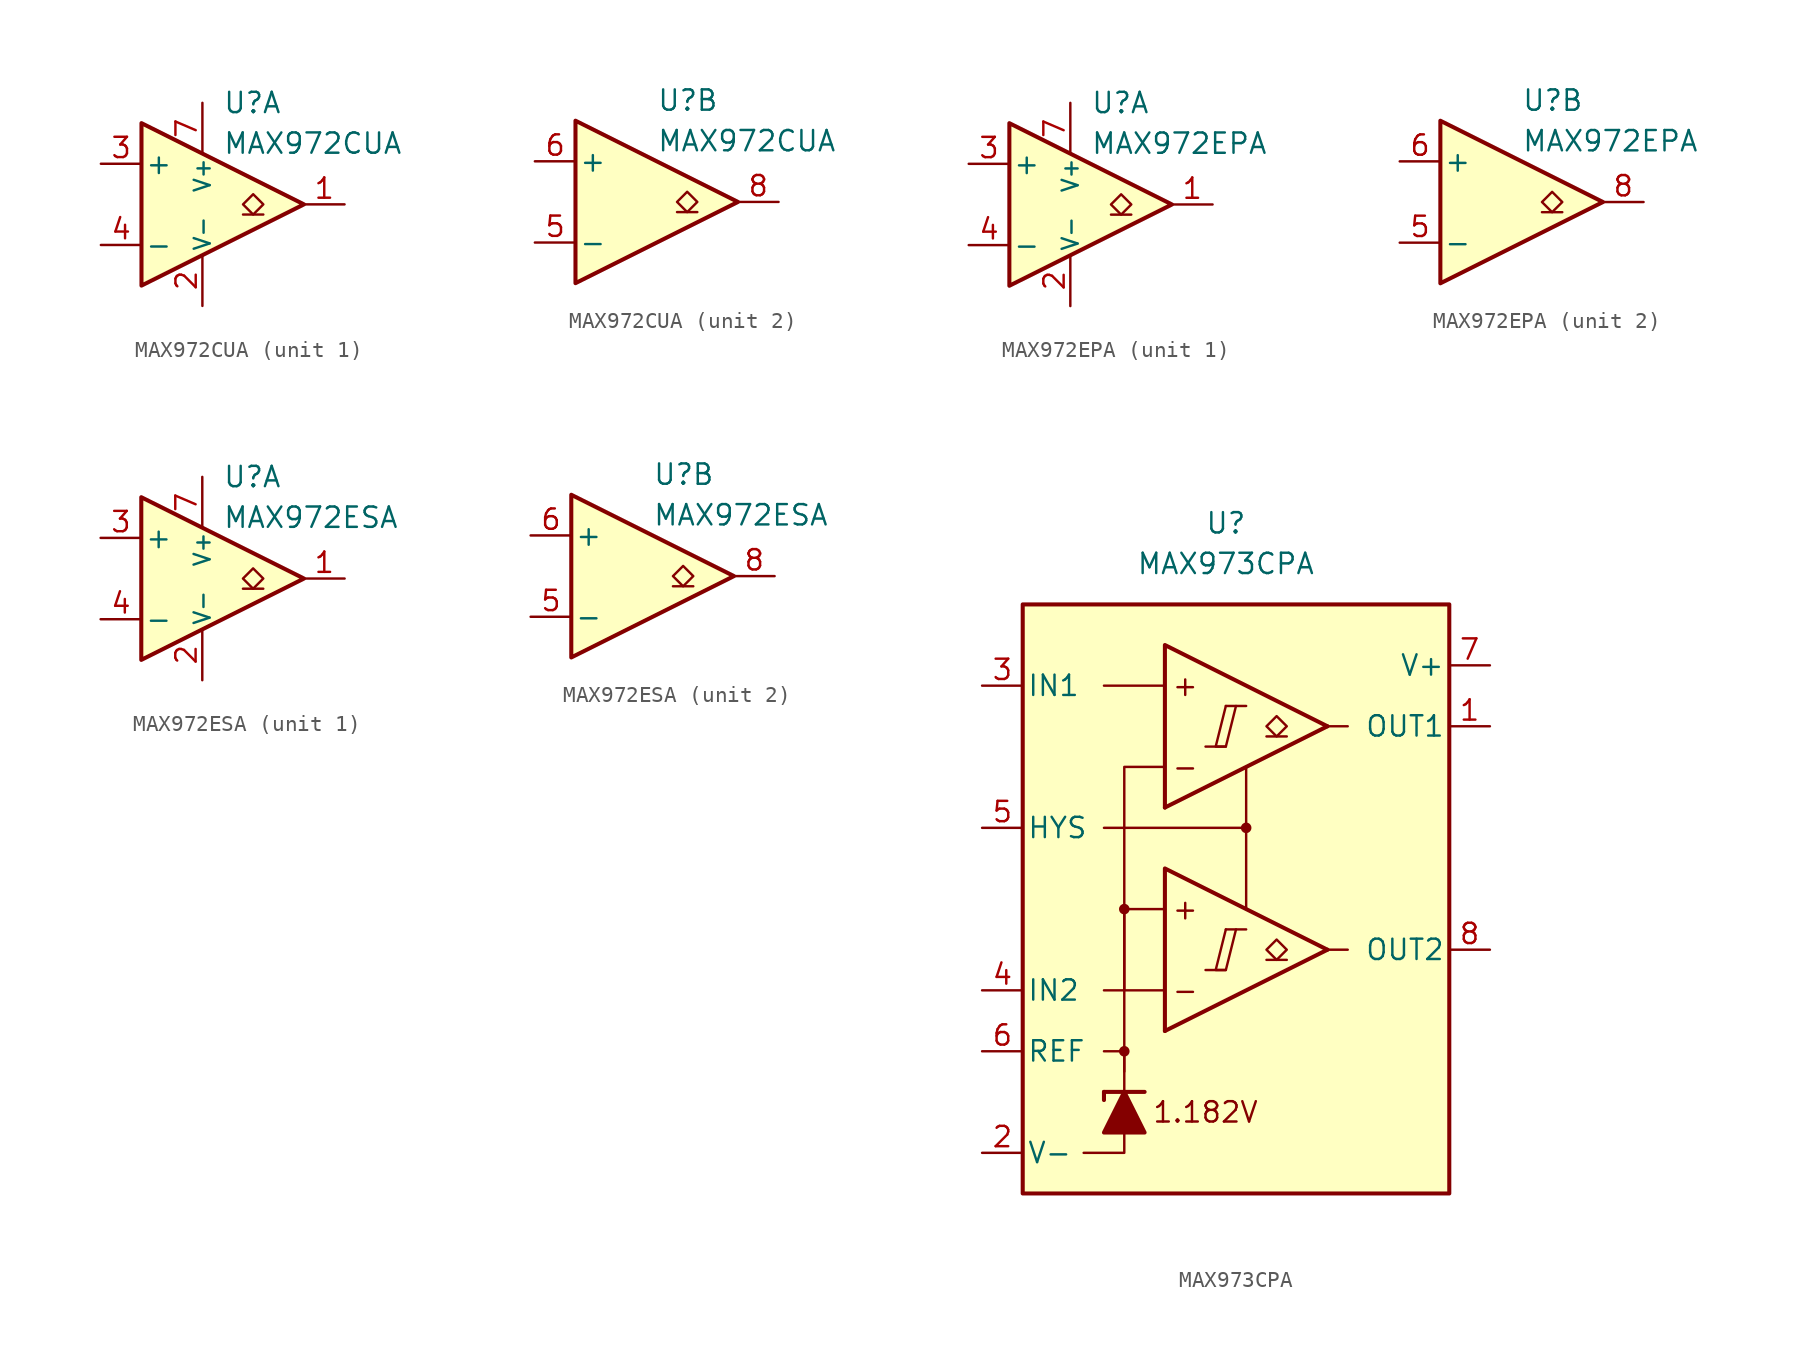
<source format=kicad_sym>
(kicad_symbol_lib
  (version 20211014)
  (generator kicad_symbol_editor)
  (symbol "MAX972CUA"
    (pin_names
      (offset 0.2))
    (property "Reference" "U"
      (at 1.27 6.35 0)
      (effects (font (size 1.27 1.27)) (justify left)))
    (property "Value" "MAX972CUA"
      (at 1.27 3.81 0)
      (effects (font (size 1.27 1.27)) (justify left)))
    (property "ki_locked" ""
      (at 0 0 0)
      (effects (font (size 1.27 1.27))))
    (symbol "MAX972CUA_0_1"
      (polyline (pts (xy -3.81 5.08) (xy -3.81 -5.08) (xy 6.35 0) (xy -3.81 5.08)) (stroke (width 0.254) (type default) (color 0 0 0 0)) (fill (type background))))
    (symbol "MAX972CUA_1_1"
      (polyline (pts (xy 3.81 -0.635) (xy 2.54 -0.635)) (stroke (width 0.152) (type default) (color 0 0 0 0)) (fill (type none)))
      (polyline (pts (xy 3.175 -0.635) (xy 2.54 0) (xy 3.175 0.635) (xy 3.81 0) (xy 3.175 -0.635)) (stroke (width 0.152) (type default) (color 0 0 0 0)) (fill (type none)))
      (pin output line (at 8.89 0 180) (length 2.54) (name "~" (effects (font (size 1.27 1.27)))) (number "1" (effects (font (size 1.27 1.27)))))
      (pin power_in line (at 0 -6.35 90) (length 3.18) (name "V-" (effects (font (size 1 1)))) (number "2" (effects (font (size 1.27 1.27)))))
      (pin input line (at -6.35 2.54 0) (length 2.54) (name "+" (effects (font (size 1.27 1.27)))) (number "3" (effects (font (size 1.27 1.27)))))
      (pin input line (at -6.35 -2.54 0) (length 2.54) (name "-" (effects (font (size 1.27 1.27)))) (number "4" (effects (font (size 1.27 1.27)))))
      (pin power_in line (at 0 6.35 270) (length 3.18) (name "V+" (effects (font (size 1 1)))) (number "7" (effects (font (size 1.27 1.27))))))
    (symbol "MAX972CUA_2_1"
      (polyline (pts (xy 3.81 -0.635) (xy 2.54 -0.635)) (stroke (width 0.152) (type default) (color 0 0 0 0)) (fill (type none)))
      (polyline (pts (xy 3.175 -0.635) (xy 2.54 0) (xy 3.175 0.635) (xy 3.81 0) (xy 3.175 -0.635)) (stroke (width 0.152) (type default) (color 0 0 0 0)) (fill (type none)))
      (pin input line (at -6.35 -2.54 0) (length 2.54) (name "-" (effects (font (size 1.27 1.27)))) (number "5" (effects (font (size 1.27 1.27)))))
      (pin input line (at -6.35 2.54 0) (length 2.54) (name "+" (effects (font (size 1.27 1.27)))) (number "6" (effects (font (size 1.27 1.27)))))
      (pin output line (at 8.89 0 180) (length 2.54) (name "~" (effects (font (size 1.27 1.27)))) (number "8" (effects (font (size 1.27 1.27)))))))
  (symbol "MAX972EPA"
    (pin_names
      (offset 0.2))
    (property "Reference" "U"
      (at 1.27 6.35 0)
      (effects (font (size 1.27 1.27)) (justify left)))
    (property "Value" "MAX972EPA"
      (at 1.27 3.81 0)
      (effects (font (size 1.27 1.27)) (justify left)))
    (property "ki_locked" ""
      (at 0 0 0)
      (effects (font (size 1.27 1.27))))
    (symbol "MAX972EPA_0_1"
      (polyline (pts (xy -3.81 5.08) (xy -3.81 -5.08) (xy 6.35 0) (xy -3.81 5.08)) (stroke (width 0.254) (type default) (color 0 0 0 0)) (fill (type background))))
    (symbol "MAX972EPA_1_1"
      (polyline (pts (xy 3.81 -0.635) (xy 2.54 -0.635)) (stroke (width 0.152) (type default) (color 0 0 0 0)) (fill (type none)))
      (polyline (pts (xy 3.175 -0.635) (xy 2.54 0) (xy 3.175 0.635) (xy 3.81 0) (xy 3.175 -0.635)) (stroke (width 0.152) (type default) (color 0 0 0 0)) (fill (type none)))
      (pin output line (at 8.89 0 180) (length 2.54) (name "~" (effects (font (size 1.27 1.27)))) (number "1" (effects (font (size 1.27 1.27)))))
      (pin power_in line (at 0 -6.35 90) (length 3.18) (name "V-" (effects (font (size 1 1)))) (number "2" (effects (font (size 1.27 1.27)))))
      (pin input line (at -6.35 2.54 0) (length 2.54) (name "+" (effects (font (size 1.27 1.27)))) (number "3" (effects (font (size 1.27 1.27)))))
      (pin input line (at -6.35 -2.54 0) (length 2.54) (name "-" (effects (font (size 1.27 1.27)))) (number "4" (effects (font (size 1.27 1.27)))))
      (pin power_in line (at 0 6.35 270) (length 3.18) (name "V+" (effects (font (size 1 1)))) (number "7" (effects (font (size 1.27 1.27))))))
    (symbol "MAX972EPA_2_1"
      (polyline (pts (xy 3.81 -0.635) (xy 2.54 -0.635)) (stroke (width 0.152) (type default) (color 0 0 0 0)) (fill (type none)))
      (polyline (pts (xy 3.175 -0.635) (xy 2.54 0) (xy 3.175 0.635) (xy 3.81 0) (xy 3.175 -0.635)) (stroke (width 0.152) (type default) (color 0 0 0 0)) (fill (type none)))
      (pin input line (at -6.35 -2.54 0) (length 2.54) (name "-" (effects (font (size 1.27 1.27)))) (number "5" (effects (font (size 1.27 1.27)))))
      (pin input line (at -6.35 2.54 0) (length 2.54) (name "+" (effects (font (size 1.27 1.27)))) (number "6" (effects (font (size 1.27 1.27)))))
      (pin output line (at 8.89 0 180) (length 2.54) (name "~" (effects (font (size 1.27 1.27)))) (number "8" (effects (font (size 1.27 1.27)))))))
  (symbol "MAX972ESA"
    (pin_names
      (offset 0.2))
    (property "Reference" "U"
      (at 1.27 6.35 0)
      (effects (font (size 1.27 1.27)) (justify left)))
    (property "Value" "MAX972ESA"
      (at 1.27 3.81 0)
      (effects (font (size 1.27 1.27)) (justify left)))
    (property "ki_locked" ""
      (at 0 0 0)
      (effects (font (size 1.27 1.27))))
    (symbol "MAX972ESA_0_1"
      (polyline (pts (xy -3.81 5.08) (xy -3.81 -5.08) (xy 6.35 0) (xy -3.81 5.08)) (stroke (width 0.254) (type default) (color 0 0 0 0)) (fill (type background))))
    (symbol "MAX972ESA_1_1"
      (polyline (pts (xy 3.81 -0.635) (xy 2.54 -0.635)) (stroke (width 0.152) (type default) (color 0 0 0 0)) (fill (type none)))
      (polyline (pts (xy 3.175 -0.635) (xy 2.54 0) (xy 3.175 0.635) (xy 3.81 0) (xy 3.175 -0.635)) (stroke (width 0.152) (type default) (color 0 0 0 0)) (fill (type none)))
      (pin output line (at 8.89 0 180) (length 2.54) (name "~" (effects (font (size 1.27 1.27)))) (number "1" (effects (font (size 1.27 1.27)))))
      (pin power_in line (at 0 -6.35 90) (length 3.18) (name "V-" (effects (font (size 1 1)))) (number "2" (effects (font (size 1.27 1.27)))))
      (pin input line (at -6.35 2.54 0) (length 2.54) (name "+" (effects (font (size 1.27 1.27)))) (number "3" (effects (font (size 1.27 1.27)))))
      (pin input line (at -6.35 -2.54 0) (length 2.54) (name "-" (effects (font (size 1.27 1.27)))) (number "4" (effects (font (size 1.27 1.27)))))
      (pin power_in line (at 0 6.35 270) (length 3.18) (name "V+" (effects (font (size 1 1)))) (number "7" (effects (font (size 1.27 1.27))))))
    (symbol "MAX972ESA_2_1"
      (polyline (pts (xy 3.81 -0.635) (xy 2.54 -0.635)) (stroke (width 0.152) (type default) (color 0 0 0 0)) (fill (type none)))
      (polyline (pts (xy 3.175 -0.635) (xy 2.54 0) (xy 3.175 0.635) (xy 3.81 0) (xy 3.175 -0.635)) (stroke (width 0.152) (type default) (color 0 0 0 0)) (fill (type none)))
      (pin input line (at -6.35 -2.54 0) (length 2.54) (name "-" (effects (font (size 1.27 1.27)))) (number "5" (effects (font (size 1.27 1.27)))))
      (pin input line (at -6.35 2.54 0) (length 2.54) (name "+" (effects (font (size 1.27 1.27)))) (number "6" (effects (font (size 1.27 1.27)))))
      (pin output line (at 8.89 0 180) (length 2.54) (name "~" (effects (font (size 1.27 1.27)))) (number "8" (effects (font (size 1.27 1.27)))))))
  (symbol "MAX973CPA"
    (pin_names
      (offset 0.254))
    (property "Reference" "U"
      (at -1.27 22.86 0)
      (effects (font (size 1.27 1.27))))
    (property "Value" "MAX973CPA"
      (at -1.27 20.32 0)
      (effects (font (size 1.27 1.27))))
    (symbol "MAX973CPA_0_0"
      (rectangle (start -13.97 17.78) (end 12.7 -19.05) (stroke (width 0.254) (type default) (color 0 0 0 0)) (fill (type background)))
      (circle (center -7.62 -10.16) (radius 0.254) (stroke (width 0.152) (type default) (color 0 0 0 0)) (fill (type outline)))
      (circle (center -7.62 -1.27) (radius 0.254) (stroke (width 0.152) (type default) (color 0 0 0 0)) (fill (type outline)))
      (polyline (pts (xy -2.54 -5.08) (xy -1.27 -5.08)) (stroke (width 0.152) (type default) (color 0 0 0 0)) (fill (type none)))
      (polyline (pts (xy -2.54 8.89) (xy -1.27 8.89)) (stroke (width 0.152) (type default) (color 0 0 0 0)) (fill (type none)))
      (polyline (pts (xy -1.27 -2.54) (xy 0 -2.54)) (stroke (width 0.152) (type default) (color 0 0 0 0)) (fill (type none)))
      (polyline (pts (xy -1.27 11.43) (xy 0 11.43)) (stroke (width 0.152) (type default) (color 0 0 0 0)) (fill (type none)))
      (polyline (pts (xy 5.08 -3.81) (xy -5.08 -8.89)) (stroke (width 0.254) (type default) (color 0 0 0 0)) (fill (type none)))
      (polyline (pts (xy 5.08 10.16) (xy -5.08 5.08)) (stroke (width 0.254) (type default) (color 0 0 0 0)) (fill (type none)))
      (polyline (pts (xy 5.08 -3.81) (xy -5.08 1.27) (xy -5.08 -8.89)) (stroke (width 0.254) (type default) (color 0 0 0 0)) (fill (type background)))
      (polyline (pts (xy 5.08 10.16) (xy -5.08 15.24) (xy -5.08 5.08)) (stroke (width 0.254) (type default) (color 0 0 0 0)) (fill (type background)))
      (polyline (pts (xy -1.27 -2.54) (xy -1.905 -5.08) (xy -1.27 -5.08) (xy -0.635 -2.54)) (stroke (width 0.152) (type default) (color 0 0 0 0)) (fill (type none)))
      (polyline (pts (xy -1.27 11.43) (xy -1.905 8.89) (xy -1.27 8.89) (xy -0.635 11.43)) (stroke (width 0.152) (type default) (color 0 0 0 0)) (fill (type none)))
      (circle (center 0 3.81) (radius 0.254) (stroke (width 0.152) (type default) (color 0 0 0 0)) (fill (type outline)))
      (text "+" (at -3.81 -1.27 0) (effects (font (size 1.27 1.27))))
      (text "+" (at -3.81 12.7 0) (effects (font (size 1.27 1.27))))
      (text "-" (at -3.81 -6.35 0) (effects (font (size 1.27 1.27))))
      (text "-" (at -3.81 7.62 0) (effects (font (size 1.27 1.27))))
      (text "1.182V" (at -2.54 -13.97 0) (effects (font (size 1.27 1.27)))))
    (symbol "MAX973CPA_0_1"
      (polyline (pts (xy -8.89 -12.7) (xy -8.89 -13.208)) (stroke (width 0.254) (type default) (color 0 0 0 0)) (fill (type none)))
      (polyline (pts (xy -8.89 -12.7) (xy -6.35 -12.7)) (stroke (width 0.254) (type default) (color 0 0 0 0)) (fill (type none)))
      (polyline (pts (xy -5.08 -6.35) (xy -8.89 -6.35)) (stroke (width 0) (type default) (color 0 0 0 0)) (fill (type none)))
      (polyline (pts (xy -5.08 12.7) (xy -8.89 12.7)) (stroke (width 0) (type default) (color 0 0 0 0)) (fill (type none)))
      (polyline (pts (xy 0 3.81) (xy 0 -1.27)) (stroke (width 0) (type default) (color 0 0 0 0)) (fill (type none)))
      (polyline (pts (xy 5.08 -3.81) (xy 6.35 -3.81)) (stroke (width 0) (type default) (color 0 0 0 0)) (fill (type none)))
      (polyline (pts (xy 5.08 10.16) (xy 6.35 10.16)) (stroke (width 0) (type default) (color 0 0 0 0)) (fill (type none)))
      (polyline (pts (xy -7.62 -15.24) (xy -7.62 -16.51) (xy -10.16 -16.51)) (stroke (width 0) (type default) (color 0 0 0 0)) (fill (type none)))
      (polyline (pts (xy -7.62 -12.7) (xy -7.62 -10.16) (xy -8.89 -10.16)) (stroke (width 0) (type default) (color 0 0 0 0)) (fill (type none)))
      (polyline (pts (xy -7.62 -11.43) (xy -7.62 -1.27) (xy -5.08 -1.27)) (stroke (width 0) (type default) (color 0 0 0 0)) (fill (type none)))
      (polyline (pts (xy -7.62 -6.35) (xy -7.62 7.62) (xy -5.08 7.62)) (stroke (width 0) (type default) (color 0 0 0 0)) (fill (type none)))
      (polyline (pts (xy 0 7.62) (xy 0 3.81) (xy -8.89 3.81)) (stroke (width 0) (type default) (color 0 0 0 0)) (fill (type none)))
      (polyline (pts (xy -6.35 -15.24) (xy -8.89 -15.24) (xy -7.62 -12.7) (xy -6.35 -15.24)) (stroke (width 0.254) (type default) (color 0 0 0 0)) (fill (type outline))))
    (symbol "MAX973CPA_1_1"
      (polyline (pts (xy 2.54 -4.445) (xy 1.27 -4.445)) (stroke (width 0.152) (type default) (color 0 0 0 0)) (fill (type none)))
      (polyline (pts (xy 2.54 9.525) (xy 1.27 9.525)) (stroke (width 0.152) (type default) (color 0 0 0 0)) (fill (type none)))
      (polyline (pts (xy 1.905 -4.445) (xy 1.27 -3.81) (xy 1.905 -3.175) (xy 2.54 -3.81) (xy 1.905 -4.445)) (stroke (width 0.152) (type default) (color 0 0 0 0)) (fill (type none)))
      (polyline (pts (xy 1.905 9.525) (xy 1.27 10.16) (xy 1.905 10.795) (xy 2.54 10.16) (xy 1.905 9.525)) (stroke (width 0.152) (type default) (color 0 0 0 0)) (fill (type none)))
      (pin output line (at 15.24 10.16 180) (length 2.54) (name "OUT1" (effects (font (size 1.27 1.27)))) (number "1" (effects (font (size 1.27 1.27)))))
      (pin power_in line (at -16.51 -16.51 0) (length 2.54) (name "V-" (effects (font (size 1.27 1.27)))) (number "2" (effects (font (size 1.27 1.27)))))
      (pin input line (at -16.51 12.7 0) (length 2.54) (name "IN1" (effects (font (size 1.27 1.27)))) (number "3" (effects (font (size 1.27 1.27)))))
      (pin input line (at -16.51 -6.35 0) (length 2.54) (name "IN2" (effects (font (size 1.27 1.27)))) (number "4" (effects (font (size 1.27 1.27)))))
      (pin input line (at -16.51 3.81 0) (length 2.54) (name "HYS" (effects (font (size 1.27 1.27)))) (number "5" (effects (font (size 1.27 1.27)))))
      (pin output line (at -16.51 -10.16 0) (length 2.54) (name "REF" (effects (font (size 1.27 1.27)))) (number "6" (effects (font (size 1.27 1.27)))))
      (pin power_in line (at 15.24 13.97 180) (length 2.54) (name "V+" (effects (font (size 1.27 1.27)))) (number "7" (effects (font (size 1.27 1.27)))))
      (pin output line (at 15.24 -3.81 180) (length 2.54) (name "OUT2" (effects (font (size 1.27 1.27)))) (number "8" (effects (font (size 1.27 1.27))))))))
</source>
